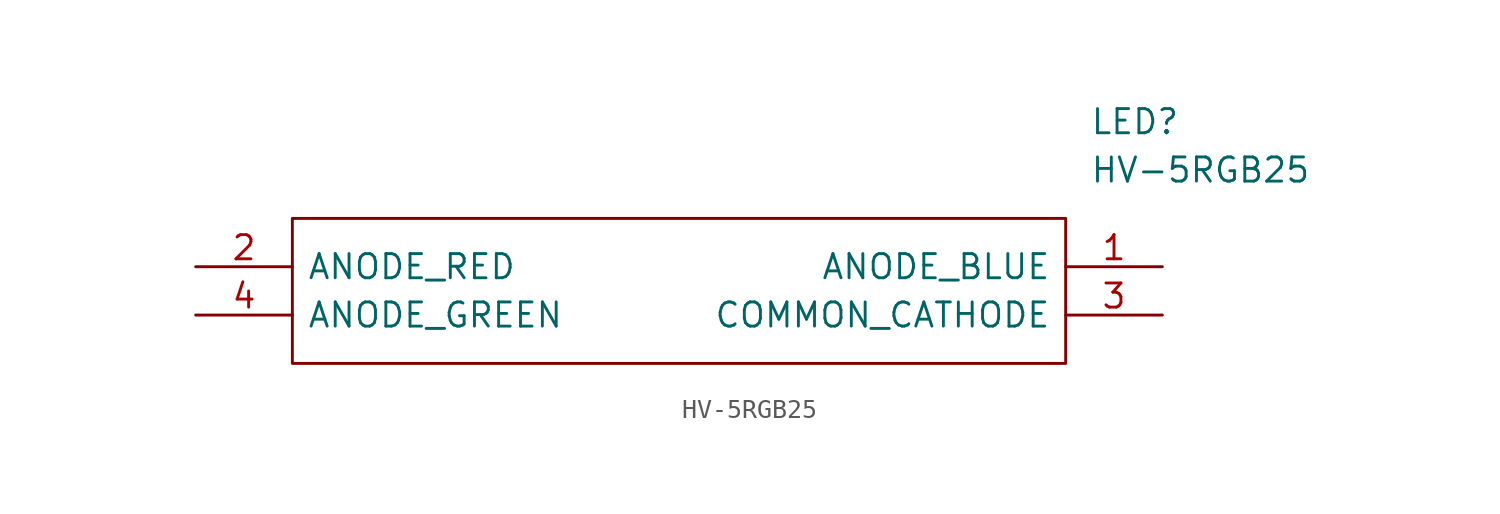
<source format=kicad_sym>
(kicad_symbol_lib
  (version 20211014)
  (generator kicad_symbol_editor)
  (symbol "HV-5RGB25"
    (pin_names
      (offset 0.762))
    (property "Reference" "LED"
      (at 46.99 7.62 0)
      (effects (font (size 1.27 1.27)) (justify left)))
    (property "Value" "HV-5RGB25"
      (at 46.99 5.08 0)
      (effects (font (size 1.27 1.27)) (justify left)))
    (symbol "HV-5RGB25_0_0"
      (pin passive line (at 50.8 0 180) (length 5.08) (name "ANODE_BLUE" (effects (font (size 1.27 1.27)))) (number "1" (effects (font (size 1.27 1.27)))))
      (pin passive line (at 0 0 0) (length 5.08) (name "ANODE_RED" (effects (font (size 1.27 1.27)))) (number "2" (effects (font (size 1.27 1.27)))))
      (pin passive line (at 50.8 -2.54 180) (length 5.08) (name "COMMON_CATHODE" (effects (font (size 1.27 1.27)))) (number "3" (effects (font (size 1.27 1.27)))))
      (pin passive line (at 0 -2.54 0) (length 5.08) (name "ANODE_GREEN" (effects (font (size 1.27 1.27)))) (number "4" (effects (font (size 1.27 1.27))))))
    (symbol "HV-5RGB25_0_1"
      (polyline (pts (xy 5.08 2.54) (xy 45.72 2.54) (xy 45.72 -5.08) (xy 5.08 -5.08) (xy 5.08 2.54)) (stroke (width 0.152) (type default) (color 0 0 0 0)) (fill (type none))))))
</source>
